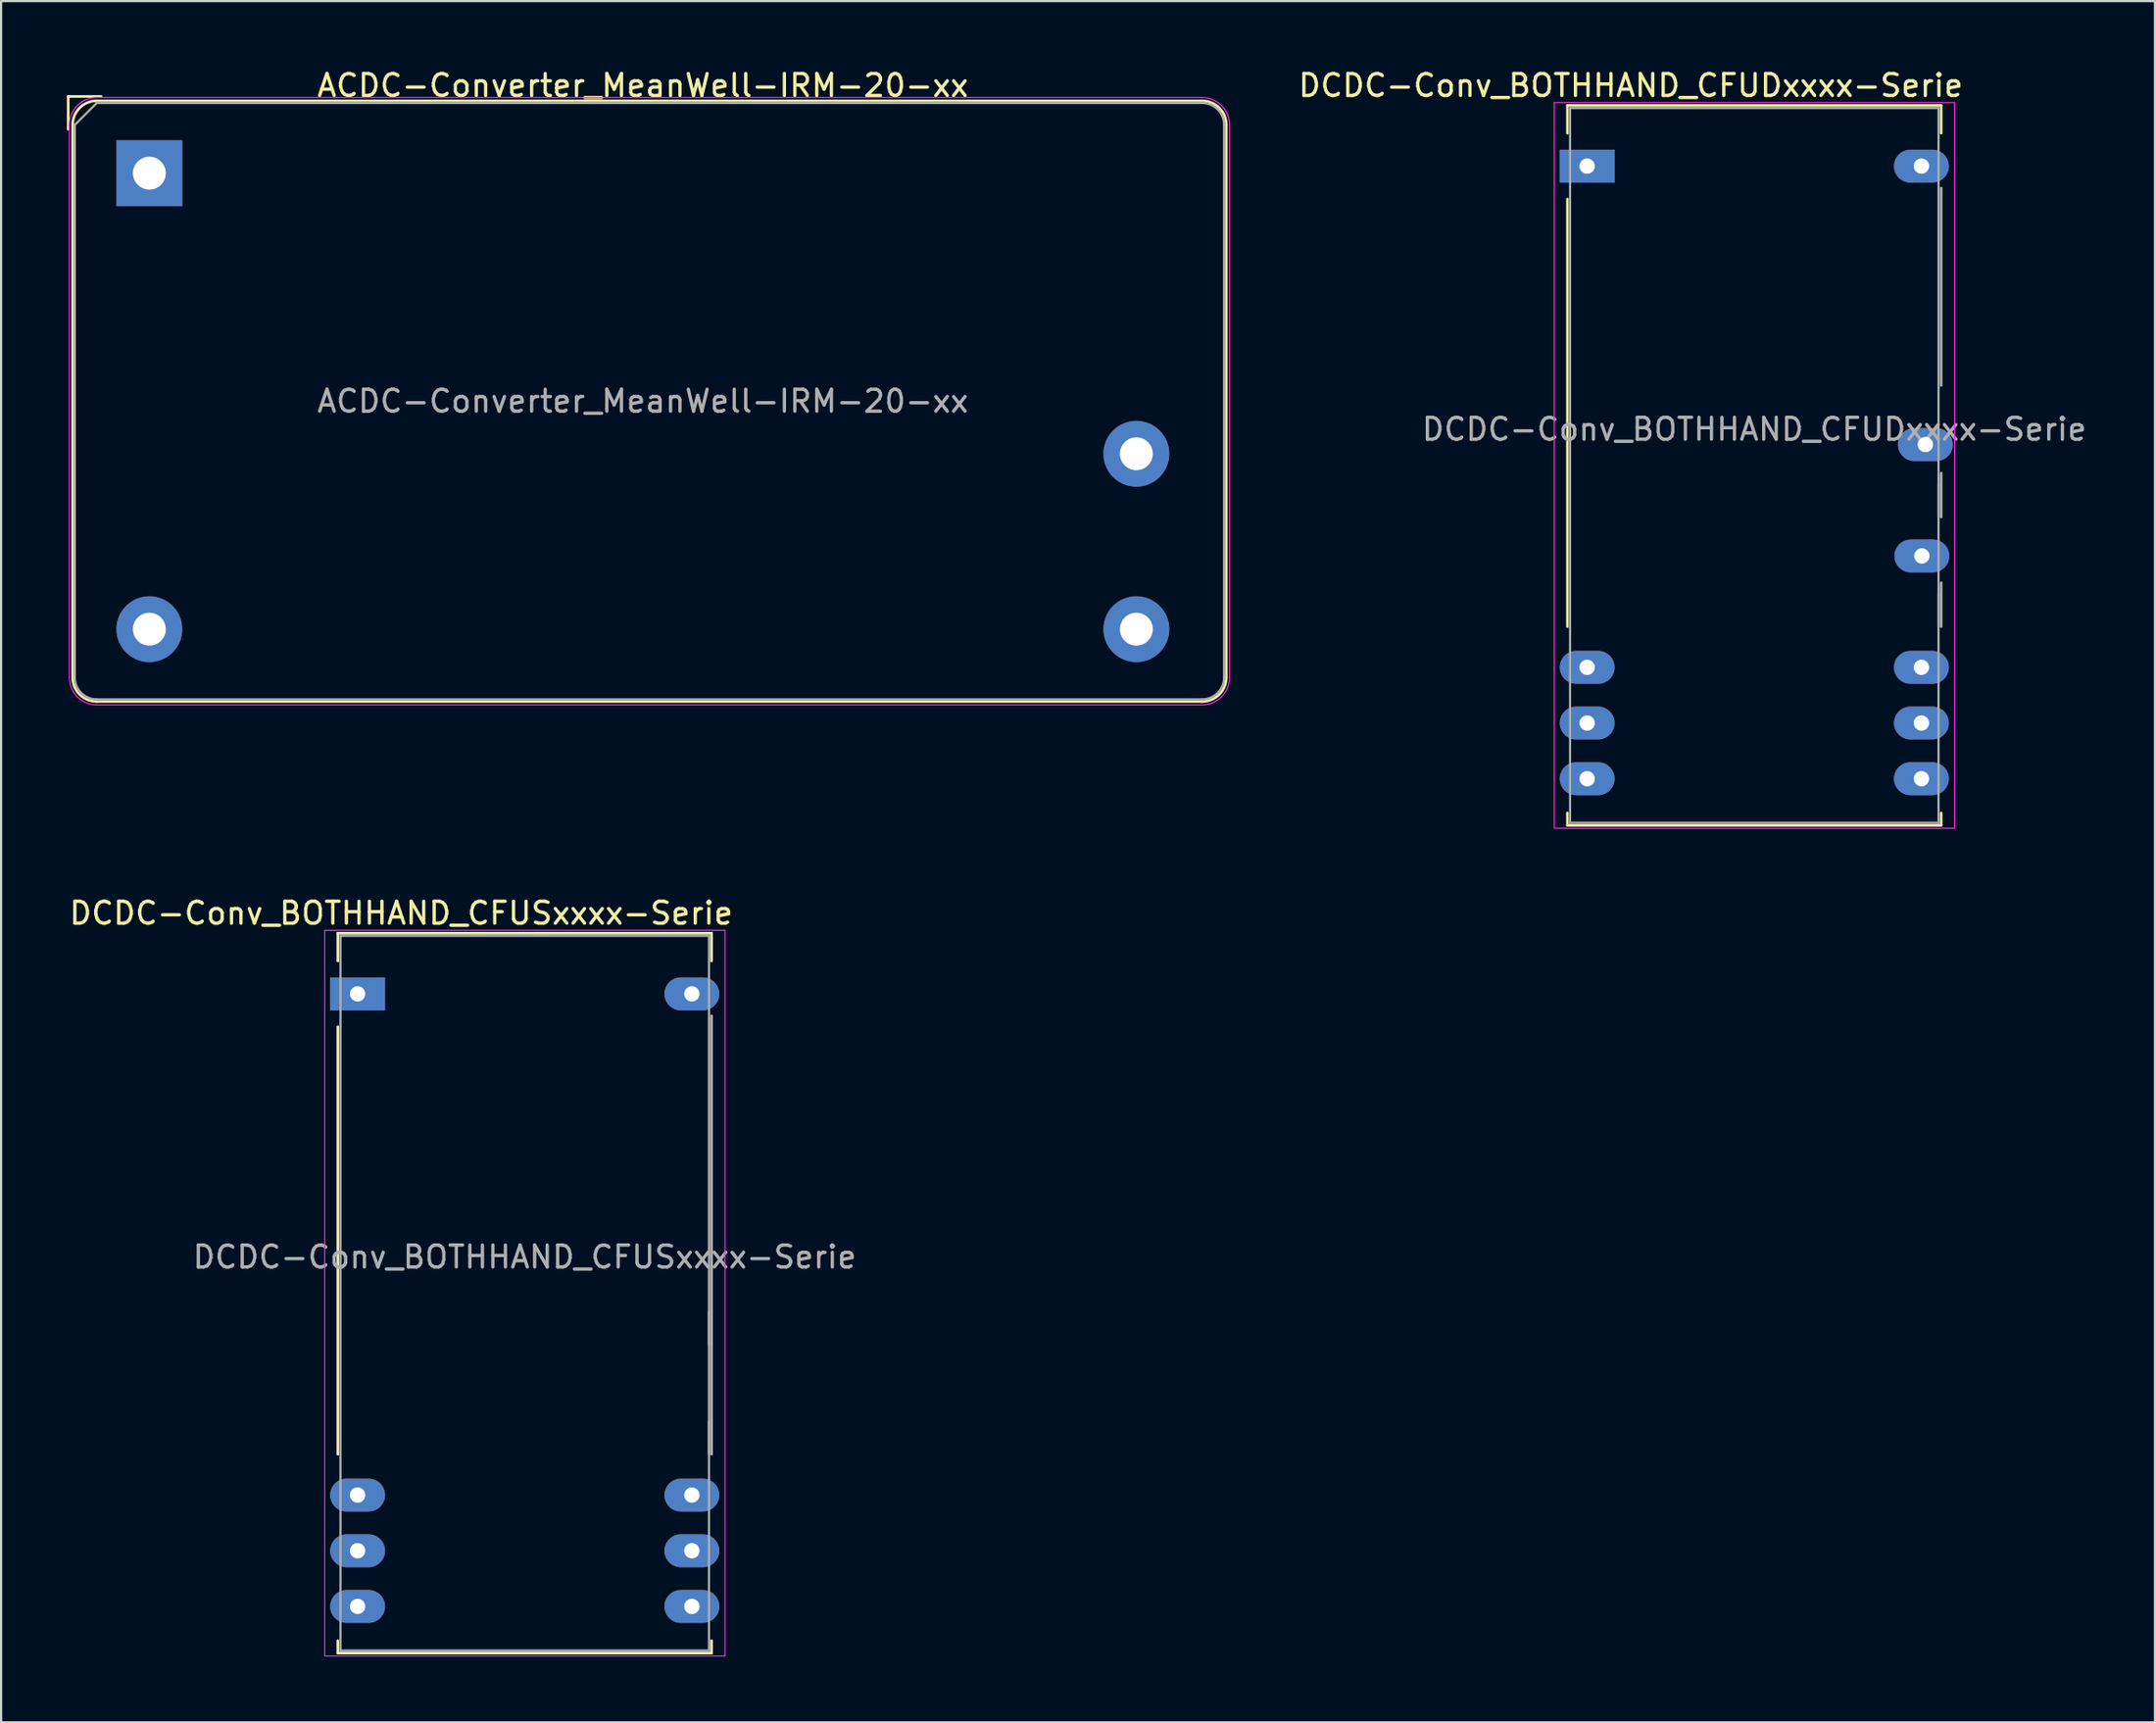
<source format=kicad_pcb>
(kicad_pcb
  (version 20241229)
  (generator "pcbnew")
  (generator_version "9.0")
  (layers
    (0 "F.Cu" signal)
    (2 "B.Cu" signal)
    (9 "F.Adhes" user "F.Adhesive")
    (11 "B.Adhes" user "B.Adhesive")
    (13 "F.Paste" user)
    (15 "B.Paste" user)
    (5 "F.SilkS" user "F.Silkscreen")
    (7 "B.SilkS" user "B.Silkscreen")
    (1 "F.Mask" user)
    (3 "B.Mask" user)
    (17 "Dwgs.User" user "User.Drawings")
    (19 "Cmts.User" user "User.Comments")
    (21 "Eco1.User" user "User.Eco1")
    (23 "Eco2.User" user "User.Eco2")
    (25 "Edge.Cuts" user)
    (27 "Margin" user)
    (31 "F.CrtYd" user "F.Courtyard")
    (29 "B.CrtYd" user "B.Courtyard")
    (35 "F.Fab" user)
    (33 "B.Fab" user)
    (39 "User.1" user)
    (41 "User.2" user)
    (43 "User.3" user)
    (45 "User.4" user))
  (footprint "DCDC-Conv_BOTHHAND_CFUSxxxx-Serie"
    (layer "F.Cu")
    (at 13.254 42.282)
    (property "Reference" "DCDC-Conv_BOTHHAND_CFUSxxxx-Serie" (at 1.99 -3.68 0) (layer "F.SilkS") (effects (font (size 1 1) (thickness 0.15))))
    (attr through_hole)
    (fp_line (start -0.9 -2.77) (end 16.14 -2.77) (stroke (width 0.12) (type solid)) (layer "F.SilkS"))
    (fp_line (start -0.9 -1.5) (end -0.9 -2.77) (stroke (width 0.12) (type solid)) (layer "F.SilkS"))
    (fp_line (start -0.9 1.5) (end -0.9 21) (stroke (width 0.12) (type solid)) (layer "F.SilkS"))
    (fp_line (start -0.9 29.5) (end -0.9 30.07) (stroke (width 0.12) (type solid)) (layer "F.SilkS"))
    (fp_line (start -0.9 30.07) (end 16.14 30.07) (stroke (width 0.12) (type solid)) (layer "F.SilkS"))
    (fp_line (start 16.14 -2.77) (end 16.14 -1.5) (stroke (width 0.12) (type solid)) (layer "F.SilkS"))
    (fp_line (start 16.14 30.07) (end 16.14 29.5) (stroke (width 0.12) (type solid)) (layer "F.SilkS"))
    (fp_line (start -1.5 -2.9) (end -1.5 30.2) (stroke (width 0.05) (type solid)) (layer "F.CrtYd"))
    (fp_line (start -1.5 -2.9) (end 16.75 -2.9) (stroke (width 0.05) (type solid)) (layer "F.CrtYd"))
    (fp_line (start -1.5 30.2) (end 16.75 30.2) (stroke (width 0.05) (type solid)) (layer "F.CrtYd"))
    (fp_line (start 16.75 -2.9) (end 16.75 30.2) (stroke (width 0.05) (type solid)) (layer "F.CrtYd"))
    (fp_line (start -0.78 -2.65) (end 16.02 -2.65) (stroke (width 0.1) (type solid)) (layer "F.Fab"))
    (fp_line (start -0.78 29.95) (end -0.78 -2.65) (stroke (width 0.1) (type solid)) (layer "F.Fab"))
    (fp_line (start 16.02 -2.65) (end 16.02 29.95) (stroke (width 0.1) (type solid)) (layer "F.Fab"))
    (fp_line (start 16.02 14.5) (end 16.02 16) (stroke (width 0.1) (type solid)) (layer "F.Fab"))
    (fp_line (start 16.02 19.5) (end 16.02 21) (stroke (width 0.1) (type solid)) (layer "F.Fab"))
    (fp_line (start 16.02 29.95) (end -0.78 29.95) (stroke (width 0.1) (type solid)) (layer "F.Fab"))
    (fp_line (start 16.14 1) (end 16.14 21) (stroke (width 0.12) (type solid)) (layer "F.Fab"))
    (fp_text user "${REFERENCE}" (at 7.62 12 0) (layer "F.Fab") (effects (font (size 1 1) (thickness 0.15))))
    (pad "1" thru_hole rect (at 0 0) (size 2.5 1.5) (drill 0.7) (layers "*.Cu" "*.Mask"))
    (pad "10" thru_hole oval (at 0 22.86) (size 2.5 1.5) (drill 0.7) (layers "*.Cu" "*.Mask"))
    (pad "11" thru_hole oval (at 0 25.4) (size 2.5 1.5) (drill 0.7) (layers "*.Cu" "*.Mask"))
    (pad "12" thru_hole oval (at 0 27.94) (size 2.5 1.5) (drill 0.7) (layers "*.Cu" "*.Mask"))
    (pad "13" thru_hole oval (at 15.24 27.94) (size 2.5 1.5) (drill 0.7) (layers "*.Cu" "*.Mask"))
    (pad "14" thru_hole oval (at 15.24 25.4) (size 2.5 1.5) (drill 0.7) (layers "*.Cu" "*.Mask"))
    (pad "15" thru_hole oval (at 15.24 22.86) (size 2.5 1.5) (drill 0.7) (layers "*.Cu" "*.Mask"))
    (pad "24" thru_hole oval (at 15.24 0) (size 2.5 1.5) (drill 0.7) (layers "*.Cu" "*.Mask")))
  (footprint "DCDC-Conv_BOTHHAND_CFUDxxxx-Serie"
    (layer "F.Cu")
    (at 69.313 4.528)
    (property "Reference" "DCDC-Conv_BOTHHAND_CFUDxxxx-Serie" (at 1.99 -3.68 0) (layer "F.SilkS") (effects (font (size 1 1) (thickness 0.15))))
    (attr through_hole)
    (fp_line (start -0.9 -2.77) (end 16.14 -2.77) (stroke (width 0.12) (type solid)) (layer "F.SilkS"))
    (fp_line (start -0.9 -1.5) (end -0.9 -2.77) (stroke (width 0.12) (type solid)) (layer "F.SilkS"))
    (fp_line (start -0.9 1.5) (end -0.9 21) (stroke (width 0.12) (type solid)) (layer "F.SilkS"))
    (fp_line (start -0.9 29.5) (end -0.9 30.07) (stroke (width 0.12) (type solid)) (layer "F.SilkS"))
    (fp_line (start -0.9 30.07) (end 16.14 30.07) (stroke (width 0.12) (type solid)) (layer "F.SilkS"))
    (fp_line (start 16.14 -2.77) (end 16.14 -1.5) (stroke (width 0.12) (type solid)) (layer "F.SilkS"))
    (fp_line (start 16.14 30.07) (end 16.14 29.5) (stroke (width 0.12) (type solid)) (layer "F.SilkS"))
    (fp_line (start -1.5 -2.9) (end -1.5 30.2) (stroke (width 0.05) (type solid)) (layer "F.CrtYd"))
    (fp_line (start -1.5 -2.9) (end 16.75 -2.9) (stroke (width 0.05) (type solid)) (layer "F.CrtYd"))
    (fp_line (start -1.5 30.2) (end 16.75 30.2) (stroke (width 0.05) (type solid)) (layer "F.CrtYd"))
    (fp_line (start 16.75 -2.9) (end 16.75 30.2) (stroke (width 0.05) (type solid)) (layer "F.CrtYd"))
    (fp_line (start -0.78 -2.65) (end 16.02 -2.65) (stroke (width 0.1) (type solid)) (layer "F.Fab"))
    (fp_line (start -0.78 29.95) (end -0.78 -2.65) (stroke (width 0.1) (type solid)) (layer "F.Fab"))
    (fp_line (start 16.02 -2.65) (end 16.02 29.95) (stroke (width 0.1) (type solid)) (layer "F.Fab"))
    (fp_line (start 16.02 14.5) (end 16.02 16) (stroke (width 0.1) (type solid)) (layer "F.Fab"))
    (fp_line (start 16.02 19.5) (end 16.02 21) (stroke (width 0.1) (type solid)) (layer "F.Fab"))
    (fp_line (start 16.02 29.95) (end -0.78 29.95) (stroke (width 0.1) (type solid)) (layer "F.Fab"))
    (fp_line (start 16.14 1) (end 16.14 10) (stroke (width 0.12) (type solid)) (layer "F.Fab"))
    (fp_line (start 16.14 14) (end 16.14 16) (stroke (width 0.12) (type solid)) (layer "F.Fab"))
    (fp_line (start 16.14 19) (end 16.14 21) (stroke (width 0.12) (type solid)) (layer "F.Fab"))
    (fp_text user "${REFERENCE}" (at 7.62 12 0) (layer "F.Fab") (effects (font (size 1 1) (thickness 0.15))))
    (pad "1" thru_hole rect (at 0 0) (size 2.5 1.5) (drill 0.7) (layers "*.Cu" "*.Mask"))
    (pad "10" thru_hole oval (at 0 22.86) (size 2.5 1.5) (drill 0.7) (layers "*.Cu" "*.Mask"))
    (pad "11" thru_hole oval (at 0 25.4) (size 2.5 1.5) (drill 0.7) (layers "*.Cu" "*.Mask"))
    (pad "12" thru_hole oval (at 0 27.94) (size 2.5 1.5) (drill 0.7) (layers "*.Cu" "*.Mask"))
    (pad "13" thru_hole oval (at 15.24 27.94) (size 2.5 1.5) (drill 0.7) (layers "*.Cu" "*.Mask"))
    (pad "14" thru_hole oval (at 15.24 25.4) (size 2.5 1.5) (drill 0.7) (layers "*.Cu" "*.Mask"))
    (pad "15" thru_hole oval (at 15.24 22.86) (size 2.5 1.5) (drill 0.7) (layers "*.Cu" "*.Mask"))
    (pad "17" thru_hole oval (at 15.26 17.78) (size 2.5 1.5) (drill 0.7) (layers "*.Cu" "*.Mask"))
    (pad "19" thru_hole oval (at 15.42 12.7) (size 2.5 1.5) (drill 0.7) (layers "*.Cu" "*.Mask"))
    (pad "24" thru_hole oval (at 15.24 0) (size 2.5 1.5) (drill 0.7) (layers "*.Cu" "*.Mask")))
  (footprint "ACDC-Converter_MeanWell-IRM-20-xx"
    (layer "F.Cu")
    (at 3.76 4.848)
    (property "Reference" "ACDC-Converter_MeanWell-IRM-20-xx" (at 22.5 -4 0) (layer "F.SilkS") (effects (font (size 1 1) (thickness 0.15))))
    (attr through_hole)
    (fp_line (start -3.7 -3.5) (end -3.7 -2) (stroke (width 0.12) (type solid)) (layer "F.SilkS"))
    (fp_line (start -3.5 -2.2) (end -3.5 23) (stroke (width 0.12) (type solid)) (layer "F.SilkS"))
    (fp_line (start -2.4 -3.3) (end 48 -3.3) (stroke (width 0.12) (type solid)) (layer "F.SilkS"))
    (fp_line (start -2.4 24.1) (end 48 24.1) (stroke (width 0.12) (type solid)) (layer "F.SilkS"))
    (fp_line (start -2.2 -3.5) (end -3.7 -3.5) (stroke (width 0.12) (type solid)) (layer "F.SilkS"))
    (fp_line (start 49.1 -2.2) (end 49.1 23) (stroke (width 0.12) (type solid)) (layer "F.SilkS"))
    (fp_arc (start -3.5 -2.2) (mid -3.177817 -2.977817) (end -2.4 -3.3) (stroke (width 0.12) (type solid)) (layer "F.SilkS"))
    (fp_arc (start -2.4 24.1) (mid -3.177817 23.777817) (end -3.5 23) (stroke (width 0.12) (type solid)) (layer "F.SilkS"))
    (fp_arc (start 48 -3.3) (mid 48.777817 -2.977817) (end 49.1 -2.2) (stroke (width 0.12) (type solid)) (layer "F.SilkS"))
    (fp_arc (start 49.1 23) (mid 48.777817 23.777817) (end 48 24.1) (stroke (width 0.12) (type solid)) (layer "F.SilkS"))
    (fp_line (start -3.65 -2.2) (end -3.65 23) (stroke (width 0.05) (type solid)) (layer "F.CrtYd"))
    (fp_line (start -2.4 -3.45) (end 48 -3.45) (stroke (width 0.05) (type solid)) (layer "F.CrtYd"))
    (fp_line (start -2.4 24.25) (end 48 24.25) (stroke (width 0.05) (type solid)) (layer "F.CrtYd"))
    (fp_line (start 49.25 -2.2) (end 49.25 23) (stroke (width 0.05) (type solid)) (layer "F.CrtYd"))
    (fp_arc (start -3.65 -2.2) (mid -3.283883 -3.083883) (end -2.4 -3.45) (stroke (width 0.05) (type solid)) (layer "F.CrtYd"))
    (fp_arc (start -2.4 24.25) (mid -3.283883 23.883883) (end -3.65 23) (stroke (width 0.05) (type solid)) (layer "F.CrtYd"))
    (fp_arc (start 48 -3.45) (mid 48.883883 -3.083883) (end 49.25 -2.2) (stroke (width 0.05) (type solid)) (layer "F.CrtYd"))
    (fp_arc (start 49.25 23) (mid 48.883883 23.883883) (end 48 24.25) (stroke (width 0.05) (type solid)) (layer "F.CrtYd"))
    (fp_line (start -3.4 -2.2) (end -3.4 23) (stroke (width 0.1) (type solid)) (layer "F.Fab"))
    (fp_line (start -2.4 -3.2) (end -3.4 -2.2) (stroke (width 0.1) (type solid)) (layer "F.Fab"))
    (fp_line (start -2.4 24) (end 48 24) (stroke (width 0.1) (type solid)) (layer "F.Fab"))
    (fp_line (start 48 -3.2) (end -2.4 -3.2) (stroke (width 0.1) (type solid)) (layer "F.Fab"))
    (fp_line (start 49 -2.2) (end 49 23) (stroke (width 0.1) (type solid)) (layer "F.Fab"))
    (fp_arc (start -2.4 24) (mid -3.107107 23.707107) (end -3.4 23) (stroke (width 0.1) (type solid)) (layer "F.Fab"))
    (fp_arc (start 48 -3.2) (mid 48.707107 -2.907107) (end 49 -2.2) (stroke (width 0.1) (type solid)) (layer "F.Fab"))
    (fp_arc (start 49 23) (mid 48.707107 23.707107) (end 48 24) (stroke (width 0.1) (type solid)) (layer "F.Fab"))
    (fp_text user "${REFERENCE}" (at 22.5 10.4 0) (layer "F.Fab") (effects (font (size 1 1) (thickness 0.15))))
    (pad "1" thru_hole rect (at 0 0) (size 3 3) (drill 1.5) (layers "*.Cu" "*.Mask"))
    (pad "2" thru_hole circle (at 0 20.8) (size 3 3) (drill 1.5) (layers "*.Cu" "*.Mask"))
    (pad "3" thru_hole circle (at 45 12.8) (size 3 3) (drill 1.5) (layers "*.Cu" "*.Mask"))
    (pad "4" thru_hole circle (at 45 20.8) (size 3 3) (drill 1.5) (layers "*.Cu" "*.Mask")))
  (gr_rect
    (start -3 -3)
    (end 95.201 75.507)
    (stroke (width 0.1) (type default))
    (fill no)
    (layer "Edge.Cuts")))
</source>
